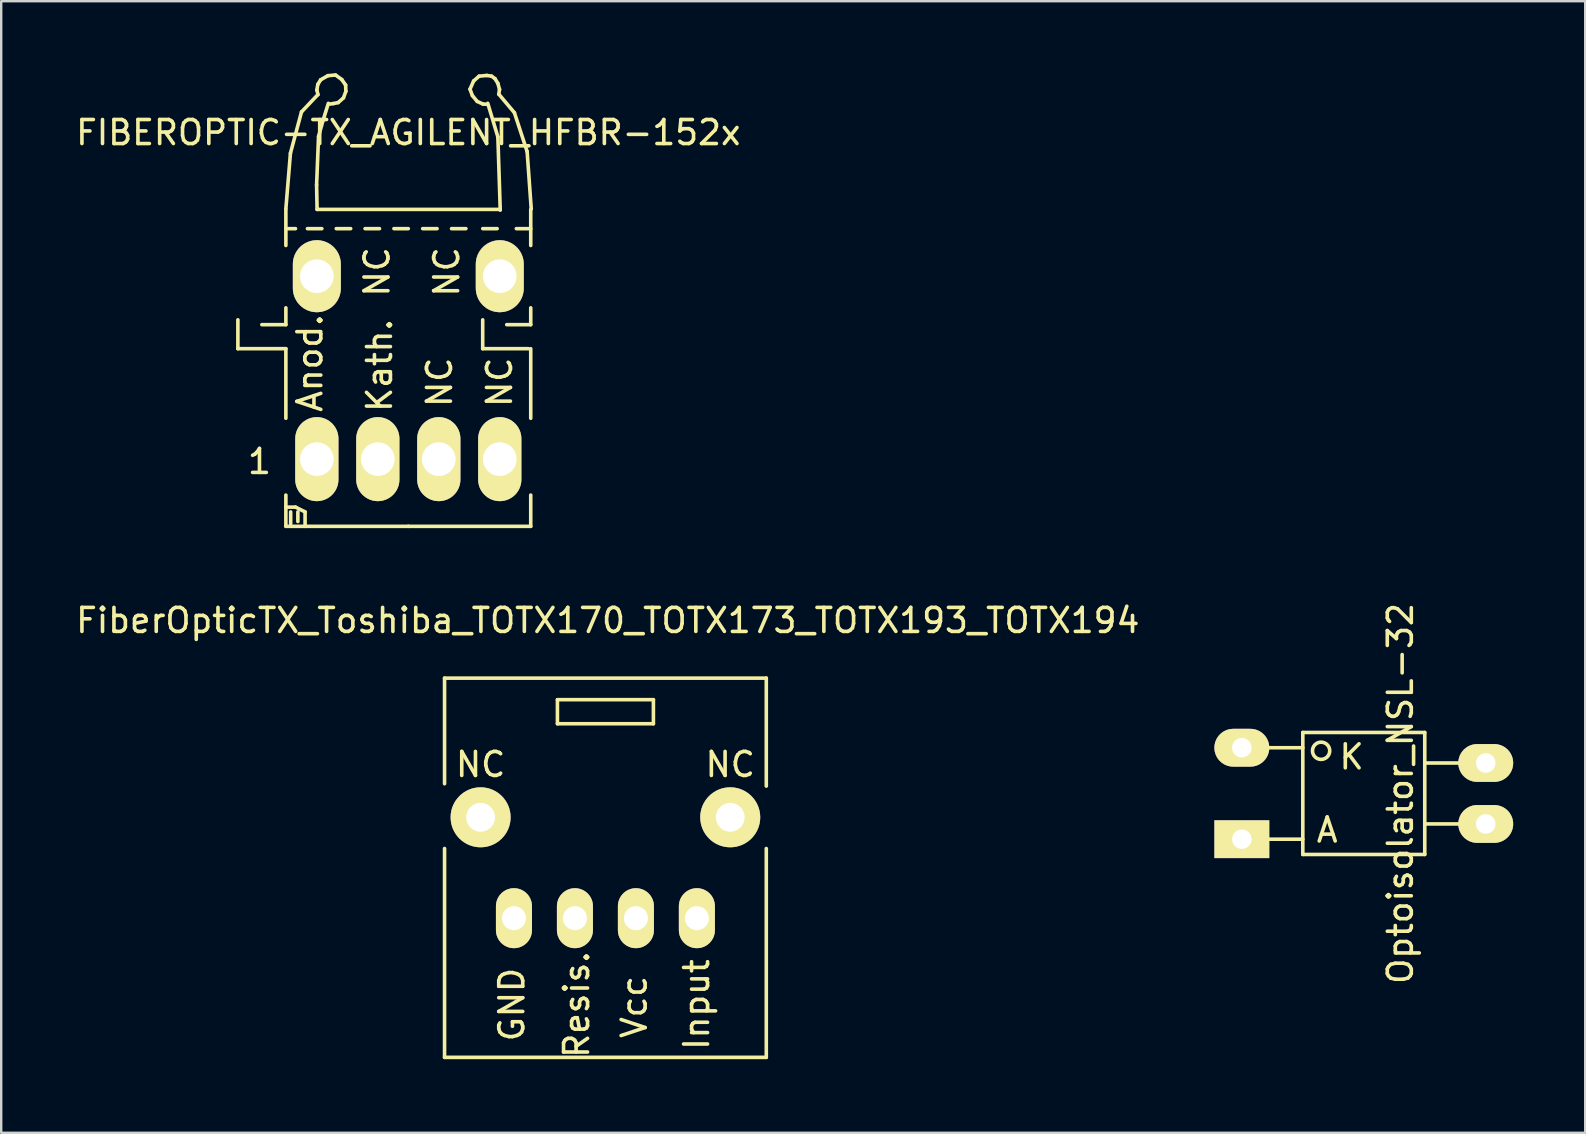
<source format=kicad_pcb>
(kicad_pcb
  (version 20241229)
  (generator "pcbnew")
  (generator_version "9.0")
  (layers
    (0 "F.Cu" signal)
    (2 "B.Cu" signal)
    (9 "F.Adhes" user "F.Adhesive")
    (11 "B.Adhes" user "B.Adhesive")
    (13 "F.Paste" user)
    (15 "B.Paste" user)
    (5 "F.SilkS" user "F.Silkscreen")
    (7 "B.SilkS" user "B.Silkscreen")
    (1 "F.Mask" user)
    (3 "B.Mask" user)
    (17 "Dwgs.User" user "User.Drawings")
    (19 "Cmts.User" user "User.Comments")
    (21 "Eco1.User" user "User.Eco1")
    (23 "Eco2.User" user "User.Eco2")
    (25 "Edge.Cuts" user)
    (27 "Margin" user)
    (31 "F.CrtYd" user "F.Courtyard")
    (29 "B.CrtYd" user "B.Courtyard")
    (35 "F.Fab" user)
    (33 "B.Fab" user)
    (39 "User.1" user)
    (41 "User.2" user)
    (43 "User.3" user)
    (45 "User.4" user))
  (footprint "FiberOpticTX_Toshiba_TOTX170_TOTX173_TOTX193_TOTX194"
    (layer "F.Cu")
    (at 22.169 33.096)
    (property "Reference" "FiberOpticTX_Toshiba_TOTX170_TOTX173_TOTX193_TOTX194" (at 0.099 -10.3 0) (layer "F.SilkS") (effects (font (size 1 1) (thickness 0.15))))
    (attr through_hole)
    (fp_line (start -6.701 -7.899) (end -6.701 -3.5) (stroke (width 0.15) (type solid)) (layer "F.SilkS"))
    (fp_line (start -6.701 7.899) (end -6.701 -0.8) (stroke (width 0.15) (type solid)) (layer "F.SilkS"))
    (fp_line (start -6.701 7.899) (end 6.701 7.899) (stroke (width 0.15) (type solid)) (layer "F.SilkS"))
    (fp_line (start -1.999 -7) (end 1.999 -7) (stroke (width 0.15) (type solid)) (layer "F.SilkS"))
    (fp_line (start -1.999 -5.999) (end -1.999 -7) (stroke (width 0.15) (type solid)) (layer "F.SilkS"))
    (fp_line (start 1.999 -7) (end 1.999 -5.999) (stroke (width 0.15) (type solid)) (layer "F.SilkS"))
    (fp_line (start 1.999 -5.999) (end -1.999 -5.999) (stroke (width 0.15) (type solid)) (layer "F.SilkS"))
    (fp_line (start 6.701 -7.899) (end -6.701 -7.899) (stroke (width 0.15) (type solid)) (layer "F.SilkS"))
    (fp_line (start 6.701 -7.899) (end 6.701 -3.401) (stroke (width 0.15) (type solid)) (layer "F.SilkS"))
    (fp_line (start 6.701 7.899) (end 6.701 -0.8) (stroke (width 0.15) (type solid)) (layer "F.SilkS"))
    (fp_text user "Resis." (at -1.199 5.7 90) (layer "F.SilkS") (effects (font (size 1 1) (thickness 0.15))))
    (fp_text user "Vcc" (at 1.199 5.799 90) (layer "F.SilkS") (effects (font (size 1 1) (thickness 0.15))))
    (fp_text user "Input" (at 3.8 5.7 90) (layer "F.SilkS") (effects (font (size 1 1) (thickness 0.15))))
    (fp_text user "NC" (at 5.199 -4.3 0) (layer "F.SilkS") (effects (font (size 1 1) (thickness 0.15))))
    (fp_text user "NC" (at -5.199 -4.3 0) (layer "F.SilkS") (effects (font (size 1 1) (thickness 0.15))))
    (fp_text user "GND" (at -3.899 5.7 90) (layer "F.SilkS") (effects (font (size 1 1) (thickness 0.15))))
    (pad "1" thru_hole oval (at -3.81 2.101) (size 1.501 2.499) (drill 1.001) (layers "*.Cu" "*.Mask" "F.SilkS"))
    (pad "2" thru_hole oval (at -1.27 2.101) (size 1.501 2.499) (drill 1.001) (layers "*.Cu" "*.Mask" "F.SilkS"))
    (pad "3" thru_hole oval (at 1.27 2.101) (size 1.501 2.499) (drill 1.001) (layers "*.Cu" "*.Mask" "F.SilkS"))
    (pad "4" thru_hole oval (at 3.81 2.101) (size 1.501 2.499) (drill 1.001) (layers "*.Cu" "*.Mask" "F.SilkS"))
    (pad "5" thru_hole circle (at 5.199 -2.101) (size 2.499 2.499) (drill 1.199) (layers "*.Cu" "*.Mask" "F.SilkS"))
    (pad "6" thru_hole circle (at -5.199 -2.101) (size 2.499 2.499) (drill 1.199) (layers "*.Cu" "*.Mask" "F.SilkS")))
  (footprint "Optoisolator_NSL-32"
    (layer "F.Cu")
    (at 53.759 30.002)
    (property "Reference" "Optoisolator_NSL-32" (at 1.524 0 90) (layer "F.SilkS") (effects (font (size 1 1) (thickness 0.15))))
    (attr through_hole)
    (fp_line (start -5.08 -1.905) (end -2.54 -1.905) (stroke (width 0.15) (type solid)) (layer "F.SilkS"))
    (fp_line (start -5.08 1.905) (end -2.54 1.905) (stroke (width 0.15) (type solid)) (layer "F.SilkS"))
    (fp_line (start -2.54 -2.54) (end 2.54 -2.54) (stroke (width 0.15) (type solid)) (layer "F.SilkS"))
    (fp_line (start -2.54 2.54) (end -2.54 -2.54) (stroke (width 0.15) (type solid)) (layer "F.SilkS"))
    (fp_line (start 2.54 -2.54) (end 2.54 2.54) (stroke (width 0.15) (type solid)) (layer "F.SilkS"))
    (fp_line (start 2.54 -1.27) (end 5.08 -1.27) (stroke (width 0.15) (type solid)) (layer "F.SilkS"))
    (fp_line (start 2.54 1.27) (end 5.08 1.27) (stroke (width 0.15) (type solid)) (layer "F.SilkS"))
    (fp_line (start 2.54 2.54) (end -2.54 2.54) (stroke (width 0.15) (type solid)) (layer "F.SilkS"))
    (fp_circle (center -1.778 -1.778) (end -1.524 -1.524) (stroke (width 0.15) (type solid)) (fill no) (layer "F.SilkS"))
    (fp_text user "A" (at -1.524 1.524 0) (layer "F.SilkS") (effects (font (size 1 1) (thickness 0.15))))
    (fp_text user "K" (at -0.508 -1.524 0) (layer "F.SilkS") (effects (font (size 1 1) (thickness 0.15))))
    (pad "1" thru_hole rect (at -5.08 1.905) (size 2.286 1.575) (drill 0.813) (layers "*.Cu" "*.Mask" "F.SilkS"))
    (pad "2" thru_hole oval (at -5.08 -1.905) (size 2.286 1.575) (drill 0.813) (layers "*.Cu" "*.Mask" "F.SilkS"))
    (pad "3" thru_hole oval (at 5.08 -1.27) (size 2.286 1.575) (drill 0.813) (layers "*.Cu" "*.Mask" "F.SilkS"))
    (pad "4" thru_hole oval (at 5.08 1.27) (size 2.286 1.575) (drill 0.813) (layers "*.Cu" "*.Mask" "F.SilkS")))
  (footprint "FIBEROPTIC-TX_AGILENT_HFBR-152x"
    (layer "F.Cu")
    (at 13.958 10.474)
    (property "Reference" "FIBEROPTIC-TX_AGILENT_HFBR-152x" (at 0 -8.001 0) (layer "F.SilkS") (effects (font (size 1 1) (thickness 0.15))))
    (attr through_hole)
    (fp_line (start -7.099 1.001) (end -7.099 -0.201) (stroke (width 0.15) (type solid)) (layer "F.SilkS"))
    (fp_line (start -6.101 0) (end -5.1 0) (stroke (width 0.15) (type solid)) (layer "F.SilkS"))
    (fp_line (start -5.1 -4.831) (end -4.91 -7.14) (stroke (width 0.15) (type solid)) (layer "F.SilkS"))
    (fp_line (start -5.1 -4.801) (end -5.1 -3.299) (stroke (width 0.15) (type solid)) (layer "F.SilkS"))
    (fp_line (start -5.1 0) (end -5.1 -0.701) (stroke (width 0.15) (type solid)) (layer "F.SilkS"))
    (fp_line (start -5.1 1.001) (end -7.099 1.001) (stroke (width 0.15) (type solid)) (layer "F.SilkS"))
    (fp_line (start -5.1 1.001) (end -5.1 3.899) (stroke (width 0.15) (type solid)) (layer "F.SilkS"))
    (fp_line (start -5.1 7.6) (end -4.699 7.6) (stroke (width 0.15) (type solid)) (layer "F.SilkS"))
    (fp_line (start -5.1 8.4) (end -5.1 7.099) (stroke (width 0.15) (type solid)) (layer "F.SilkS"))
    (fp_line (start -4.91 -7.14) (end -4.45 -8.86) (stroke (width 0.15) (type solid)) (layer "F.SilkS"))
    (fp_line (start -4.9 7.8) (end -4.9 8.301) (stroke (width 0.15) (type solid)) (layer "F.SilkS"))
    (fp_line (start -4.699 -4) (end -5.1 -4) (stroke (width 0.15) (type solid)) (layer "F.SilkS"))
    (fp_line (start -4.699 7.6) (end -4.3 7.8) (stroke (width 0.15) (type solid)) (layer "F.SilkS"))
    (fp_line (start -4.6 7.8) (end -4.6 8.199) (stroke (width 0.15) (type solid)) (layer "F.SilkS"))
    (fp_line (start -4.45 -8.86) (end -3.769 -9.581) (stroke (width 0.15) (type solid)) (layer "F.SilkS"))
    (fp_line (start -4.3 7.8) (end -4.3 8.4) (stroke (width 0.15) (type solid)) (layer "F.SilkS"))
    (fp_line (start -3.82 -5.819) (end -3.739 -7.841) (stroke (width 0.15) (type solid)) (layer "F.SilkS"))
    (fp_line (start -3.81 -9.769) (end -3.759 -9.581) (stroke (width 0.15) (type solid)) (layer "F.SilkS"))
    (fp_line (start -3.8 -4.801) (end -3.82 -5.819) (stroke (width 0.15) (type solid)) (layer "F.SilkS"))
    (fp_line (start -3.769 -10.01) (end -3.81 -9.769) (stroke (width 0.15) (type solid)) (layer "F.SilkS"))
    (fp_line (start -3.739 -7.841) (end -3.551 -8.509) (stroke (width 0.15) (type solid)) (layer "F.SilkS"))
    (fp_line (start -3.65 -10.201) (end -3.769 -10.01) (stroke (width 0.15) (type solid)) (layer "F.SilkS"))
    (fp_line (start -3.602 -4) (end -4.201 -4) (stroke (width 0.15) (type solid)) (layer "F.SilkS"))
    (fp_line (start -3.551 -8.509) (end -3.33 -9.22) (stroke (width 0.15) (type solid)) (layer "F.SilkS"))
    (fp_line (start -3.35 -10.371) (end -3.65 -10.201) (stroke (width 0.15) (type solid)) (layer "F.SilkS"))
    (fp_line (start -3.269 -9.19) (end -3.119 -9.21) (stroke (width 0.15) (type solid)) (layer "F.SilkS"))
    (fp_line (start -3.119 -9.21) (end -2.921 -9.251) (stroke (width 0.15) (type solid)) (layer "F.SilkS"))
    (fp_line (start -3.03 -10.399) (end -3.35 -10.371) (stroke (width 0.15) (type solid)) (layer "F.SilkS"))
    (fp_line (start -2.921 -9.251) (end -2.7 -9.449) (stroke (width 0.15) (type solid)) (layer "F.SilkS"))
    (fp_line (start -2.771 -10.211) (end -3.03 -10.399) (stroke (width 0.15) (type solid)) (layer "F.SilkS"))
    (fp_line (start -2.7 -9.449) (end -2.601 -9.721) (stroke (width 0.15) (type solid)) (layer "F.SilkS"))
    (fp_line (start -2.611 -9.98) (end -2.771 -10.211) (stroke (width 0.15) (type solid)) (layer "F.SilkS"))
    (fp_line (start -2.601 -9.721) (end -2.611 -9.98) (stroke (width 0.15) (type solid)) (layer "F.SilkS"))
    (fp_line (start -2.4 -4) (end -3 -4) (stroke (width 0.15) (type solid)) (layer "F.SilkS"))
    (fp_line (start -1.201 -4) (end -1.801 -4) (stroke (width 0.15) (type solid)) (layer "F.SilkS"))
    (fp_line (start 0 -4) (end -0.599 -4) (stroke (width 0.15) (type solid)) (layer "F.SilkS"))
    (fp_line (start 0 8.4) (end -5.1 8.4) (stroke (width 0.15) (type solid)) (layer "F.SilkS"))
    (fp_line (start 0 8.4) (end 5.1 8.4) (stroke (width 0.15) (type solid)) (layer "F.SilkS"))
    (fp_line (start 1.199 -4) (end 0.599 -4) (stroke (width 0.15) (type solid)) (layer "F.SilkS"))
    (fp_line (start 2.4 -4) (end 1.801 -4) (stroke (width 0.15) (type solid)) (layer "F.SilkS"))
    (fp_line (start 2.57 -9.809) (end 2.67 -9.54) (stroke (width 0.15) (type solid)) (layer "F.SilkS"))
    (fp_line (start 2.67 -9.54) (end 2.87 -9.299) (stroke (width 0.15) (type solid)) (layer "F.SilkS"))
    (fp_line (start 2.72 -10.15) (end 2.57 -9.809) (stroke (width 0.15) (type solid)) (layer "F.SilkS"))
    (fp_line (start 2.87 -9.299) (end 3.109 -9.19) (stroke (width 0.15) (type solid)) (layer "F.SilkS"))
    (fp_line (start 2.949 -10.351) (end 2.72 -10.15) (stroke (width 0.15) (type solid)) (layer "F.SilkS"))
    (fp_line (start 3.099 1.001) (end 3.099 -0.201) (stroke (width 0.15) (type solid)) (layer "F.SilkS"))
    (fp_line (start 3.109 -9.19) (end 3.269 -9.18) (stroke (width 0.15) (type solid)) (layer "F.SilkS"))
    (fp_line (start 3.269 -10.381) (end 2.949 -10.351) (stroke (width 0.15) (type solid)) (layer "F.SilkS"))
    (fp_line (start 3.47 -10.351) (end 3.269 -10.381) (stroke (width 0.15) (type solid)) (layer "F.SilkS"))
    (fp_line (start 3.609 -10.249) (end 3.47 -10.351) (stroke (width 0.15) (type solid)) (layer "F.SilkS"))
    (fp_line (start 3.701 -4) (end 3.101 -4) (stroke (width 0.15) (type solid)) (layer "F.SilkS"))
    (fp_line (start 3.731 -10.051) (end 3.609 -10.249) (stroke (width 0.15) (type solid)) (layer "F.SilkS"))
    (fp_line (start 3.731 -7.821) (end 3.31 -9.22) (stroke (width 0.15) (type solid)) (layer "F.SilkS"))
    (fp_line (start 3.769 -9.601) (end 3.8 -9.799) (stroke (width 0.15) (type solid)) (layer "F.SilkS"))
    (fp_line (start 3.8 -9.799) (end 3.731 -10.051) (stroke (width 0.15) (type solid)) (layer "F.SilkS"))
    (fp_line (start 3.8 -4.801) (end -3.8 -4.801) (stroke (width 0.15) (type solid)) (layer "F.SilkS"))
    (fp_line (start 3.83 -4.77) (end 3.731 -7.821) (stroke (width 0.15) (type solid)) (layer "F.SilkS"))
    (fp_line (start 4.42 -8.829) (end 3.769 -9.601) (stroke (width 0.15) (type solid)) (layer "F.SilkS"))
    (fp_line (start 4.95 -7.211) (end 4.42 -8.829) (stroke (width 0.15) (type solid)) (layer "F.SilkS"))
    (fp_line (start 5.001 1.001) (end 3.099 1.001) (stroke (width 0.15) (type solid)) (layer "F.SilkS"))
    (fp_line (start 5.1 -4) (end 4.501 -4) (stroke (width 0.15) (type solid)) (layer "F.SilkS"))
    (fp_line (start 5.1 -3.299) (end 5.1 -4.801) (stroke (width 0.15) (type solid)) (layer "F.SilkS"))
    (fp_line (start 5.1 0) (end 4.1 0) (stroke (width 0.15) (type solid)) (layer "F.SilkS"))
    (fp_line (start 5.1 0) (end 5.1 -0.701) (stroke (width 0.15) (type solid)) (layer "F.SilkS"))
    (fp_line (start 5.1 3.899) (end 5.1 1.001) (stroke (width 0.15) (type solid)) (layer "F.SilkS"))
    (fp_line (start 5.1 8.4) (end 5.1 7.099) (stroke (width 0.15) (type solid)) (layer "F.SilkS"))
    (fp_line (start 5.121 -4.821) (end 4.95 -7.211) (stroke (width 0.15) (type solid)) (layer "F.SilkS"))
    (fp_text user "NC" (at 1.3 2.4 90) (layer "F.SilkS") (effects (font (size 1 1) (thickness 0.15))))
    (fp_text user "NC" (at 1.6 -2.2 90) (layer "F.SilkS") (effects (font (size 1 1) (thickness 0.15))))
    (fp_text user "Kath." (at -1.199 1.699 90) (layer "F.SilkS") (effects (font (size 1 1) (thickness 0.15))))
    (fp_text user "1" (at -6.2 5.7 0) (layer "F.SilkS") (effects (font (size 1 1) (thickness 0.15))))
    (fp_text user "NC" (at 3.8 2.4 90) (layer "F.SilkS") (effects (font (size 1 1) (thickness 0.15))))
    (fp_text user "Anod." (at -4.1 1.6 90) (layer "F.SilkS") (effects (font (size 1 1) (thickness 0.15))))
    (fp_text user "NC" (at -1.303 -2.2 90) (layer "F.SilkS") (effects (font (size 1 1) (thickness 0.15))))
    (pad "1" thru_hole oval (at -3.81 5.601) (size 1.801 3.5) (drill 1.4) (layers "*.Cu" "*.Mask" "F.SilkS"))
    (pad "2" thru_hole oval (at -1.27 5.601) (size 1.801 3.5) (drill 1.4) (layers "*.Cu" "*.Mask" "F.SilkS"))
    (pad "3" thru_hole oval (at 1.27 5.601) (size 1.801 3.5) (drill 1.4) (layers "*.Cu" "*.Mask" "F.SilkS"))
    (pad "4" thru_hole oval (at 3.81 5.601) (size 1.801 3.5) (drill 1.4) (layers "*.Cu" "*.Mask" "F.SilkS"))
    (pad "5" thru_hole oval (at 3.81 -2.019) (size 1.999 3) (drill 1.4) (layers "*.Cu" "*.Mask" "F.SilkS"))
    (pad "6" thru_hole oval (at -3.81 -2.019) (size 1.999 3) (drill 1.4) (layers "*.Cu" "*.Mask" "F.SilkS")))
  (gr_rect
    (start -3 -3)
    (end 62.982 44.136)
    (stroke (width 0.1) (type default))
    (fill no)
    (layer "Edge.Cuts")))
</source>
